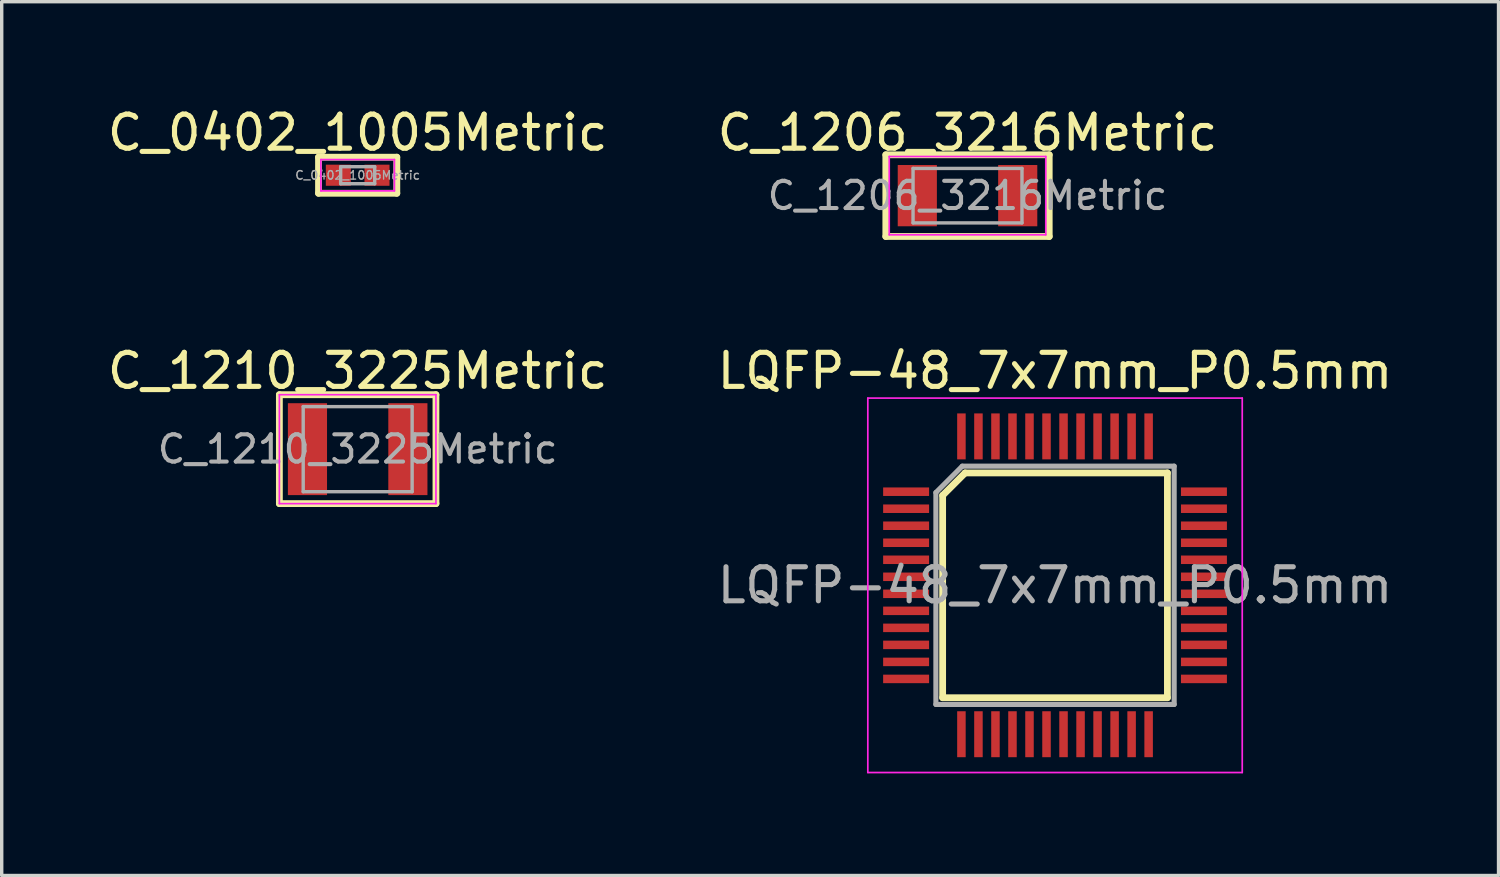
<source format=kicad_pcb>
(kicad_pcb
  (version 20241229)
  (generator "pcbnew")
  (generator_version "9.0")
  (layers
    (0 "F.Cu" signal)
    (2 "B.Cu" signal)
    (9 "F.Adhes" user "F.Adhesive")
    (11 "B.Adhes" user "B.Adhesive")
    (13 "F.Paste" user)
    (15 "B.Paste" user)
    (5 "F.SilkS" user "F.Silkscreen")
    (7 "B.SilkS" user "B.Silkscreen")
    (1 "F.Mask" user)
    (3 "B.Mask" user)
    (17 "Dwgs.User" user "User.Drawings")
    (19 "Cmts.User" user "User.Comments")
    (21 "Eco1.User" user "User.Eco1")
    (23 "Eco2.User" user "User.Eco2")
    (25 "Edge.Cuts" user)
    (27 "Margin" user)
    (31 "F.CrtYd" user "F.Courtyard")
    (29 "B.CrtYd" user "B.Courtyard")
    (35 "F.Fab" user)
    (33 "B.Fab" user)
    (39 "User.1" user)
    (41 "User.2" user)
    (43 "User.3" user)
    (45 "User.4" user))
  (footprint "LQFP-48_7x7mm_P0.5mm"
    (layer "F.Cu")
    (at 27.946 14.146)
    (property "Reference" "LQFP-48_7x7mm_P0.5mm" (at 0 -6.3 0) (layer "F.SilkS") (effects (font (size 1 1) (thickness 0.15))))
    (attr smd)
    (fp_line (start -3.302 -2.642) (end -2.642 -3.302) (stroke (width 0.2) (type solid)) (layer "F.SilkS"))
    (fp_line (start -3.302 3.302) (end -3.302 -2.642) (stroke (width 0.2) (type solid)) (layer "F.SilkS"))
    (fp_line (start -2.642 -3.302) (end 3.302 -3.302) (stroke (width 0.2) (type solid)) (layer "F.SilkS"))
    (fp_line (start 3.302 -3.302) (end 3.302 3.302) (stroke (width 0.2) (type solid)) (layer "F.SilkS"))
    (fp_line (start 3.302 3.302) (end -3.302 3.302) (stroke (width 0.2) (type solid)) (layer "F.SilkS"))
    (fp_line (start -5.5 -5.5) (end -5.5 5.5) (stroke (width 0.05) (type solid)) (layer "F.CrtYd"))
    (fp_line (start -5.5 -5.5) (end 5.5 -5.5) (stroke (width 0.05) (type solid)) (layer "F.CrtYd"))
    (fp_line (start -5.5 5.5) (end 5.5 5.5) (stroke (width 0.05) (type solid)) (layer "F.CrtYd"))
    (fp_line (start 5.5 -5.5) (end 5.5 5.5) (stroke (width 0.05) (type solid)) (layer "F.CrtYd"))
    (fp_line (start -3.5 -2.725) (end -2.725 -3.5) (stroke (width 0.15) (type solid)) (layer "F.Fab"))
    (fp_line (start -3.5 3.5) (end -3.5 -2.725) (stroke (width 0.15) (type solid)) (layer "F.Fab"))
    (fp_line (start -2.725 -3.5) (end 3.5 -3.5) (stroke (width 0.15) (type solid)) (layer "F.Fab"))
    (fp_line (start 3.5 -3.5) (end 3.5 3.5) (stroke (width 0.15) (type solid)) (layer "F.Fab"))
    (fp_line (start 3.5 3.5) (end -3.5 3.5) (stroke (width 0.15) (type solid)) (layer "F.Fab"))
    (fp_text user "${REFERENCE}" (at 0 0 0) (layer "F.Fab") (effects (font (size 1 1) (thickness 0.15))))
    (pad "1" smd rect (at -4.375 -2.75) (size 1.35 0.25) (layers "F.Cu" "F.Mask" "F.Paste"))
    (pad "2" smd rect (at -4.375 -2.25) (size 1.35 0.25) (layers "F.Cu" "F.Mask" "F.Paste"))
    (pad "3" smd rect (at -4.375 -1.75) (size 1.35 0.25) (layers "F.Cu" "F.Mask" "F.Paste"))
    (pad "4" smd rect (at -4.375 -1.25) (size 1.35 0.25) (layers "F.Cu" "F.Mask" "F.Paste"))
    (pad "5" smd rect (at -4.375 -0.75) (size 1.35 0.25) (layers "F.Cu" "F.Mask" "F.Paste"))
    (pad "6" smd rect (at -4.375 -0.25) (size 1.35 0.25) (layers "F.Cu" "F.Mask" "F.Paste"))
    (pad "7" smd rect (at -4.375 0.25) (size 1.35 0.25) (layers "F.Cu" "F.Mask" "F.Paste"))
    (pad "8" smd rect (at -4.375 0.75) (size 1.35 0.25) (layers "F.Cu" "F.Mask" "F.Paste"))
    (pad "9" smd rect (at -4.375 1.25) (size 1.35 0.25) (layers "F.Cu" "F.Mask" "F.Paste"))
    (pad "10" smd rect (at -4.375 1.75) (size 1.35 0.25) (layers "F.Cu" "F.Mask" "F.Paste"))
    (pad "11" smd rect (at -4.375 2.25) (size 1.35 0.25) (layers "F.Cu" "F.Mask" "F.Paste"))
    (pad "12" smd rect (at -4.375 2.75) (size 1.35 0.25) (layers "F.Cu" "F.Mask" "F.Paste"))
    (pad "13" smd rect (at -2.75 4.375 90) (size 1.35 0.25) (layers "F.Cu" "F.Mask" "F.Paste"))
    (pad "14" smd rect (at -2.25 4.375 90) (size 1.35 0.25) (layers "F.Cu" "F.Mask" "F.Paste"))
    (pad "15" smd rect (at -1.75 4.375 90) (size 1.35 0.25) (layers "F.Cu" "F.Mask" "F.Paste"))
    (pad "16" smd rect (at -1.25 4.375 90) (size 1.35 0.25) (layers "F.Cu" "F.Mask" "F.Paste"))
    (pad "17" smd rect (at -0.75 4.375 90) (size 1.35 0.25) (layers "F.Cu" "F.Mask" "F.Paste"))
    (pad "18" smd rect (at -0.25 4.375 90) (size 1.35 0.25) (layers "F.Cu" "F.Mask" "F.Paste"))
    (pad "19" smd rect (at 0.25 4.375 90) (size 1.35 0.25) (layers "F.Cu" "F.Mask" "F.Paste"))
    (pad "20" smd rect (at 0.75 4.375 90) (size 1.35 0.25) (layers "F.Cu" "F.Mask" "F.Paste"))
    (pad "21" smd rect (at 1.25 4.375 90) (size 1.35 0.25) (layers "F.Cu" "F.Mask" "F.Paste"))
    (pad "22" smd rect (at 1.75 4.375 90) (size 1.35 0.25) (layers "F.Cu" "F.Mask" "F.Paste"))
    (pad "23" smd rect (at 2.25 4.375 90) (size 1.35 0.25) (layers "F.Cu" "F.Mask" "F.Paste"))
    (pad "24" smd rect (at 2.75 4.375 90) (size 1.35 0.25) (layers "F.Cu" "F.Mask" "F.Paste"))
    (pad "25" smd rect (at 4.375 2.75) (size 1.35 0.25) (layers "F.Cu" "F.Mask" "F.Paste"))
    (pad "26" smd rect (at 4.375 2.25) (size 1.35 0.25) (layers "F.Cu" "F.Mask" "F.Paste"))
    (pad "27" smd rect (at 4.375 1.75) (size 1.35 0.25) (layers "F.Cu" "F.Mask" "F.Paste"))
    (pad "28" smd rect (at 4.375 1.25) (size 1.35 0.25) (layers "F.Cu" "F.Mask" "F.Paste"))
    (pad "29" smd rect (at 4.375 0.75) (size 1.35 0.25) (layers "F.Cu" "F.Mask" "F.Paste"))
    (pad "30" smd rect (at 4.375 0.25) (size 1.35 0.25) (layers "F.Cu" "F.Mask" "F.Paste"))
    (pad "31" smd rect (at 4.375 -0.25) (size 1.35 0.25) (layers "F.Cu" "F.Mask" "F.Paste"))
    (pad "32" smd rect (at 4.375 -0.75) (size 1.35 0.25) (layers "F.Cu" "F.Mask" "F.Paste"))
    (pad "33" smd rect (at 4.375 -1.25) (size 1.35 0.25) (layers "F.Cu" "F.Mask" "F.Paste"))
    (pad "34" smd rect (at 4.375 -1.75) (size 1.35 0.25) (layers "F.Cu" "F.Mask" "F.Paste"))
    (pad "35" smd rect (at 4.375 -2.25) (size 1.35 0.25) (layers "F.Cu" "F.Mask" "F.Paste"))
    (pad "36" smd rect (at 4.375 -2.75) (size 1.35 0.25) (layers "F.Cu" "F.Mask" "F.Paste"))
    (pad "37" smd rect (at 2.75 -4.375 90) (size 1.35 0.25) (layers "F.Cu" "F.Mask" "F.Paste"))
    (pad "38" smd rect (at 2.25 -4.375 90) (size 1.35 0.25) (layers "F.Cu" "F.Mask" "F.Paste"))
    (pad "39" smd rect (at 1.75 -4.375 90) (size 1.35 0.25) (layers "F.Cu" "F.Mask" "F.Paste"))
    (pad "40" smd rect (at 1.25 -4.375 90) (size 1.35 0.25) (layers "F.Cu" "F.Mask" "F.Paste"))
    (pad "41" smd rect (at 0.75 -4.375 90) (size 1.35 0.25) (layers "F.Cu" "F.Mask" "F.Paste"))
    (pad "42" smd rect (at 0.25 -4.375 90) (size 1.35 0.25) (layers "F.Cu" "F.Mask" "F.Paste"))
    (pad "43" smd rect (at -0.25 -4.375 90) (size 1.35 0.25) (layers "F.Cu" "F.Mask" "F.Paste"))
    (pad "44" smd rect (at -0.75 -4.375 90) (size 1.35 0.25) (layers "F.Cu" "F.Mask" "F.Paste"))
    (pad "45" smd rect (at -1.25 -4.375 90) (size 1.35 0.25) (layers "F.Cu" "F.Mask" "F.Paste"))
    (pad "46" smd rect (at -1.75 -4.375 90) (size 1.35 0.25) (layers "F.Cu" "F.Mask" "F.Paste"))
    (pad "47" smd rect (at -2.25 -4.375 90) (size 1.35 0.25) (layers "F.Cu" "F.Mask" "F.Paste"))
    (pad "48" smd rect (at -2.75 -4.375 90) (size 1.35 0.25) (layers "F.Cu" "F.Mask" "F.Paste")))
  (footprint "C_0402_1005Metric"
    (layer "F.Cu")
    (at 7.458 2.098)
    (property "Reference" "C_0402_1005Metric" (at 0 -1.25 0) (layer "F.SilkS") (effects (font (size 1 1) (thickness 0.15))))
    (attr smd)
    (fp_line (start -1.15 -0.53) (end -1.15 0.53) (stroke (width 0.2) (type solid)) (layer "F.SilkS"))
    (fp_line (start -1.15 0.53) (end 1.15 0.53) (stroke (width 0.2) (type solid)) (layer "F.SilkS"))
    (fp_line (start 1.15 -0.53) (end -1.15 -0.53) (stroke (width 0.2) (type solid)) (layer "F.SilkS"))
    (fp_line (start 1.15 0.53) (end 1.15 -0.53) (stroke (width 0.2) (type solid)) (layer "F.SilkS"))
    (fp_line (start -1.08 -0.46) (end 1.08 -0.46) (stroke (width 0.05) (type solid)) (layer "F.CrtYd"))
    (fp_line (start -1.08 0.46) (end -1.08 -0.46) (stroke (width 0.05) (type solid)) (layer "F.CrtYd"))
    (fp_line (start 1.08 -0.46) (end 1.08 0.46) (stroke (width 0.05) (type solid)) (layer "F.CrtYd"))
    (fp_line (start 1.08 0.46) (end -1.08 0.46) (stroke (width 0.05) (type solid)) (layer "F.CrtYd"))
    (fp_line (start -0.5 -0.25) (end 0.5 -0.25) (stroke (width 0.1) (type solid)) (layer "F.Fab"))
    (fp_line (start -0.5 0.25) (end -0.5 -0.25) (stroke (width 0.1) (type solid)) (layer "F.Fab"))
    (fp_line (start 0.5 -0.25) (end 0.5 0.25) (stroke (width 0.1) (type solid)) (layer "F.Fab"))
    (fp_line (start 0.5 0.25) (end -0.5 0.25) (stroke (width 0.1) (type solid)) (layer "F.Fab"))
    (fp_text user "${REFERENCE}" (at 0 0 0) (layer "F.Fab") (effects (font (size 0.25 0.25) (thickness 0.04))))
    (pad "1" smd rect (at -0.568 0) (size 0.735 0.62) (layers "F.Cu" "F.Mask" "F.Paste"))
    (pad "2" smd rect (at 0.568 0) (size 0.735 0.62) (layers "F.Cu" "F.Mask" "F.Paste")))
  (footprint "C_1210_3225Metric"
    (layer "F.Cu")
    (at 7.458 10.146)
    (property "Reference" "C_1210_3225Metric" (at 0 -2.3 0) (layer "F.SilkS") (effects (font (size 1 1) (thickness 0.15))))
    (attr smd)
    (fp_line (start -2.3 -1.6) (end -2.3 1.6) (stroke (width 0.2) (type solid)) (layer "F.SilkS"))
    (fp_line (start -2.3 1.6) (end 2.3 1.6) (stroke (width 0.2) (type solid)) (layer "F.SilkS"))
    (fp_line (start 2.3 -1.6) (end -2.3 -1.6) (stroke (width 0.2) (type solid)) (layer "F.SilkS"))
    (fp_line (start 2.3 1.6) (end 2.3 -1.6) (stroke (width 0.2) (type solid)) (layer "F.SilkS"))
    (fp_line (start -2.3 -1.6) (end 2.3 -1.6) (stroke (width 0.05) (type solid)) (layer "F.CrtYd"))
    (fp_line (start -2.3 1.6) (end -2.3 -1.6) (stroke (width 0.05) (type solid)) (layer "F.CrtYd"))
    (fp_line (start 2.3 -1.6) (end 2.3 1.6) (stroke (width 0.05) (type solid)) (layer "F.CrtYd"))
    (fp_line (start 2.3 1.6) (end -2.3 1.6) (stroke (width 0.05) (type solid)) (layer "F.CrtYd"))
    (fp_line (start -1.6 -1.25) (end 1.6 -1.25) (stroke (width 0.1) (type solid)) (layer "F.Fab"))
    (fp_line (start -1.6 1.25) (end -1.6 -1.25) (stroke (width 0.1) (type solid)) (layer "F.Fab"))
    (fp_line (start 1.6 -1.25) (end 1.6 1.25) (stroke (width 0.1) (type solid)) (layer "F.Fab"))
    (fp_line (start 1.6 1.25) (end -1.6 1.25) (stroke (width 0.1) (type solid)) (layer "F.Fab"))
    (fp_text user "${REFERENCE}" (at 0 0 0) (layer "F.Fab") (effects (font (size 0.8 0.8) (thickness 0.12))))
    (pad "1" smd rect (at -1.475 0) (size 1.15 2.7) (layers "F.Cu" "F.Mask" "F.Paste"))
    (pad "2" smd rect (at 1.475 0) (size 1.15 2.7) (layers "F.Cu" "F.Mask" "F.Paste")))
  (footprint "C_1206_3216Metric"
    (layer "F.Cu")
    (at 25.375 2.698)
    (property "Reference" "C_1206_3216Metric" (at 0 -1.85 0) (layer "F.SilkS") (effects (font (size 1 1) (thickness 0.15))))
    (attr smd)
    (fp_line (start -2.4 -1.2) (end -2.4 1.2) (stroke (width 0.2) (type solid)) (layer "F.SilkS"))
    (fp_line (start -2.4 -1.2) (end 2.4 -1.2) (stroke (width 0.2) (type solid)) (layer "F.SilkS"))
    (fp_line (start -2.4 1.2) (end 2.4 1.2) (stroke (width 0.2) (type solid)) (layer "F.SilkS"))
    (fp_line (start 2.4 1.2) (end 2.4 -1.2) (stroke (width 0.2) (type solid)) (layer "F.SilkS"))
    (fp_line (start -2.3 -1.15) (end 2.3 -1.15) (stroke (width 0.05) (type solid)) (layer "F.CrtYd"))
    (fp_line (start -2.3 1.15) (end -2.3 -1.15) (stroke (width 0.05) (type solid)) (layer "F.CrtYd"))
    (fp_line (start 2.3 -1.15) (end 2.3 1.15) (stroke (width 0.05) (type solid)) (layer "F.CrtYd"))
    (fp_line (start 2.3 1.15) (end -2.3 1.15) (stroke (width 0.05) (type solid)) (layer "F.CrtYd"))
    (fp_line (start -1.6 -0.8) (end 1.6 -0.8) (stroke (width 0.1) (type solid)) (layer "F.Fab"))
    (fp_line (start -1.6 0.8) (end -1.6 -0.8) (stroke (width 0.1) (type solid)) (layer "F.Fab"))
    (fp_line (start 1.6 -0.8) (end 1.6 0.8) (stroke (width 0.1) (type solid)) (layer "F.Fab"))
    (fp_line (start 1.6 0.8) (end -1.6 0.8) (stroke (width 0.1) (type solid)) (layer "F.Fab"))
    (fp_text user "${REFERENCE}" (at 0 0 0) (layer "F.Fab") (effects (font (size 0.8 0.8) (thickness 0.12))))
    (pad "1" smd rect (at -1.475 0) (size 1.15 1.8) (layers "F.Cu" "F.Mask" "F.Paste"))
    (pad "2" smd rect (at 1.475 0) (size 1.15 1.8) (layers "F.Cu" "F.Mask" "F.Paste")))
  (gr_rect
    (start -3 -3)
    (end 40.976 22.672)
    (stroke (width 0.1) (type default))
    (fill no)
    (layer "Edge.Cuts")))
</source>
